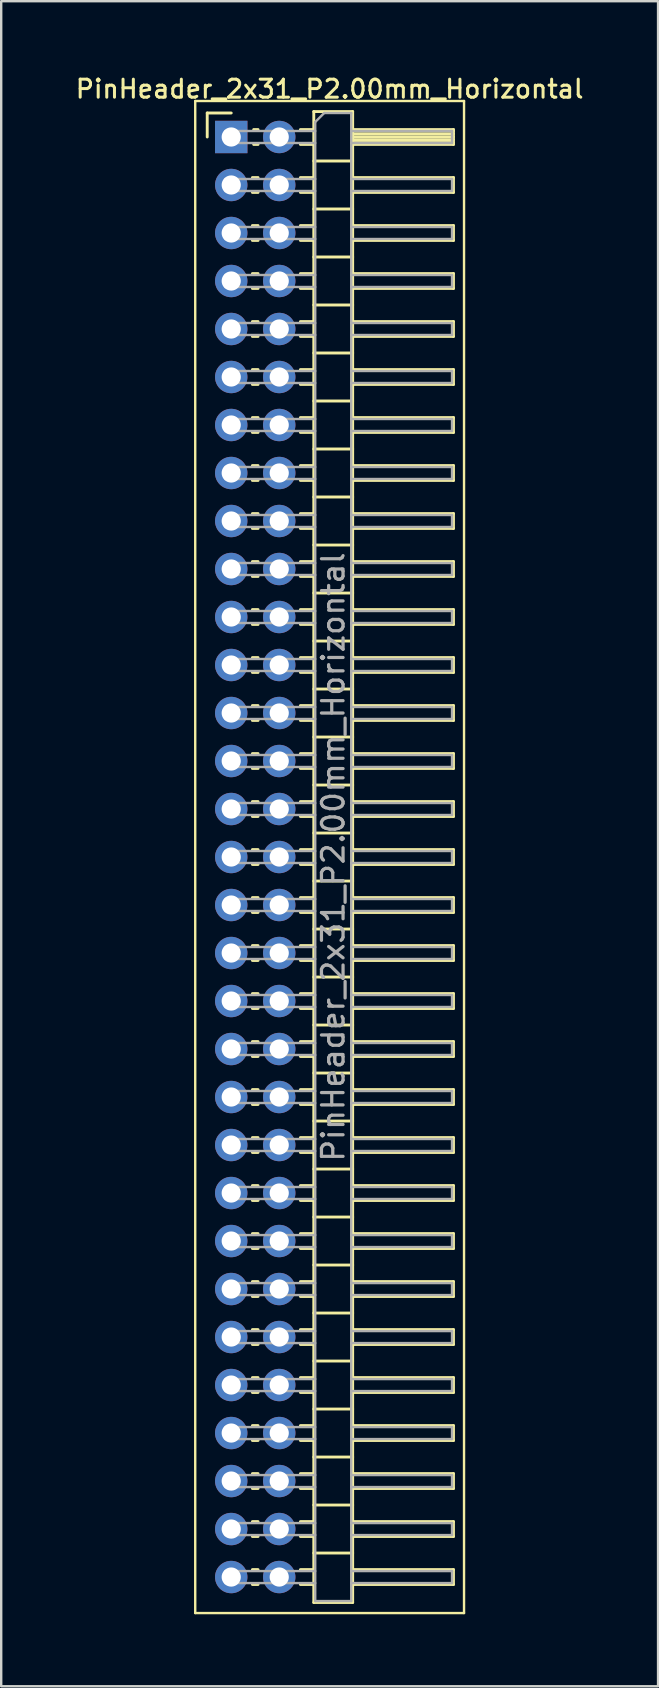
<source format=kicad_pcb>
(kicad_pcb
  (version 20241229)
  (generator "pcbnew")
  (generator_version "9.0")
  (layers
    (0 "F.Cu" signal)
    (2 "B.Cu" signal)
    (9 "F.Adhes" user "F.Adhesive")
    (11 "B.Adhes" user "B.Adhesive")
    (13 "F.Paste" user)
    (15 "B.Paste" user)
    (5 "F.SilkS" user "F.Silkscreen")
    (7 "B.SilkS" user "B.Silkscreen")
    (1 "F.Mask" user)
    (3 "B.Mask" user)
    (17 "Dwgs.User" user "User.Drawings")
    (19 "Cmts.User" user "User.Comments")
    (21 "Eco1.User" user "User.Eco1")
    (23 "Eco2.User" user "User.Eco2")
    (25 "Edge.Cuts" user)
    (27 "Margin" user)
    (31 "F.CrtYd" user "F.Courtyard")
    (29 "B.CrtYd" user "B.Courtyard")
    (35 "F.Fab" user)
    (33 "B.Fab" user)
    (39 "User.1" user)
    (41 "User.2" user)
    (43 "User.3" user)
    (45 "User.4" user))
  (footprint "PinHeader_2x31_P2.00mm_Horizontal"
    (layer "F.Cu")
    (at 6.584 2.658)
    (property "Reference" "PinHeader_2x31_P2.00mm_Horizontal" (at 4.1 -2 0) (layer "F.SilkS") (effects (font (size 0.75 0.75) (thickness 0.125))))
    (attr through_hole)
    (fp_line (start -1.5 -1.5) (end -1.5 61.5) (stroke (width 0.1) (type solid)) (layer "F.SilkS"))
    (fp_line (start -1.5 61.5) (end 9.7 61.5) (stroke (width 0.1) (type solid)) (layer "F.SilkS"))
    (fp_line (start -1 -1) (end 0 -1) (stroke (width 0.12) (type solid)) (layer "F.SilkS"))
    (fp_line (start -1 0) (end -1 -1) (stroke (width 0.12) (type solid)) (layer "F.SilkS"))
    (fp_line (start 0.882 1.69) (end 1.118 1.69) (stroke (width 0.12) (type solid)) (layer "F.SilkS"))
    (fp_line (start 0.882 2.31) (end 1.118 2.31) (stroke (width 0.12) (type solid)) (layer "F.SilkS"))
    (fp_line (start 0.882 3.69) (end 1.118 3.69) (stroke (width 0.12) (type solid)) (layer "F.SilkS"))
    (fp_line (start 0.882 4.31) (end 1.118 4.31) (stroke (width 0.12) (type solid)) (layer "F.SilkS"))
    (fp_line (start 0.882 5.69) (end 1.118 5.69) (stroke (width 0.12) (type solid)) (layer "F.SilkS"))
    (fp_line (start 0.882 6.31) (end 1.118 6.31) (stroke (width 0.12) (type solid)) (layer "F.SilkS"))
    (fp_line (start 0.882 7.69) (end 1.118 7.69) (stroke (width 0.12) (type solid)) (layer "F.SilkS"))
    (fp_line (start 0.882 8.31) (end 1.118 8.31) (stroke (width 0.12) (type solid)) (layer "F.SilkS"))
    (fp_line (start 0.882 9.69) (end 1.118 9.69) (stroke (width 0.12) (type solid)) (layer "F.SilkS"))
    (fp_line (start 0.882 10.31) (end 1.118 10.31) (stroke (width 0.12) (type solid)) (layer "F.SilkS"))
    (fp_line (start 0.882 11.69) (end 1.118 11.69) (stroke (width 0.12) (type solid)) (layer "F.SilkS"))
    (fp_line (start 0.882 12.31) (end 1.118 12.31) (stroke (width 0.12) (type solid)) (layer "F.SilkS"))
    (fp_line (start 0.882 13.69) (end 1.118 13.69) (stroke (width 0.12) (type solid)) (layer "F.SilkS"))
    (fp_line (start 0.882 14.31) (end 1.118 14.31) (stroke (width 0.12) (type solid)) (layer "F.SilkS"))
    (fp_line (start 0.882 15.69) (end 1.118 15.69) (stroke (width 0.12) (type solid)) (layer "F.SilkS"))
    (fp_line (start 0.882 16.31) (end 1.118 16.31) (stroke (width 0.12) (type solid)) (layer "F.SilkS"))
    (fp_line (start 0.882 17.69) (end 1.118 17.69) (stroke (width 0.12) (type solid)) (layer "F.SilkS"))
    (fp_line (start 0.882 18.31) (end 1.118 18.31) (stroke (width 0.12) (type solid)) (layer "F.SilkS"))
    (fp_line (start 0.882 19.69) (end 1.118 19.69) (stroke (width 0.12) (type solid)) (layer "F.SilkS"))
    (fp_line (start 0.882 20.31) (end 1.118 20.31) (stroke (width 0.12) (type solid)) (layer "F.SilkS"))
    (fp_line (start 0.882 21.69) (end 1.118 21.69) (stroke (width 0.12) (type solid)) (layer "F.SilkS"))
    (fp_line (start 0.882 22.31) (end 1.118 22.31) (stroke (width 0.12) (type solid)) (layer "F.SilkS"))
    (fp_line (start 0.882 23.69) (end 1.118 23.69) (stroke (width 0.12) (type solid)) (layer "F.SilkS"))
    (fp_line (start 0.882 24.31) (end 1.118 24.31) (stroke (width 0.12) (type solid)) (layer "F.SilkS"))
    (fp_line (start 0.882 25.69) (end 1.118 25.69) (stroke (width 0.12) (type solid)) (layer "F.SilkS"))
    (fp_line (start 0.882 26.31) (end 1.118 26.31) (stroke (width 0.12) (type solid)) (layer "F.SilkS"))
    (fp_line (start 0.882 27.69) (end 1.118 27.69) (stroke (width 0.12) (type solid)) (layer "F.SilkS"))
    (fp_line (start 0.882 28.31) (end 1.118 28.31) (stroke (width 0.12) (type solid)) (layer "F.SilkS"))
    (fp_line (start 0.882 29.69) (end 1.118 29.69) (stroke (width 0.12) (type solid)) (layer "F.SilkS"))
    (fp_line (start 0.882 30.31) (end 1.118 30.31) (stroke (width 0.12) (type solid)) (layer "F.SilkS"))
    (fp_line (start 0.882 31.69) (end 1.118 31.69) (stroke (width 0.12) (type solid)) (layer "F.SilkS"))
    (fp_line (start 0.882 32.31) (end 1.118 32.31) (stroke (width 0.12) (type solid)) (layer "F.SilkS"))
    (fp_line (start 0.882 33.69) (end 1.118 33.69) (stroke (width 0.12) (type solid)) (layer "F.SilkS"))
    (fp_line (start 0.882 34.31) (end 1.118 34.31) (stroke (width 0.12) (type solid)) (layer "F.SilkS"))
    (fp_line (start 0.882 35.69) (end 1.118 35.69) (stroke (width 0.12) (type solid)) (layer "F.SilkS"))
    (fp_line (start 0.882 36.31) (end 1.118 36.31) (stroke (width 0.12) (type solid)) (layer "F.SilkS"))
    (fp_line (start 0.882 37.69) (end 1.118 37.69) (stroke (width 0.12) (type solid)) (layer "F.SilkS"))
    (fp_line (start 0.882 38.31) (end 1.118 38.31) (stroke (width 0.12) (type solid)) (layer "F.SilkS"))
    (fp_line (start 0.882 39.69) (end 1.118 39.69) (stroke (width 0.12) (type solid)) (layer "F.SilkS"))
    (fp_line (start 0.882 40.31) (end 1.118 40.31) (stroke (width 0.12) (type solid)) (layer "F.SilkS"))
    (fp_line (start 0.882 41.69) (end 1.118 41.69) (stroke (width 0.12) (type solid)) (layer "F.SilkS"))
    (fp_line (start 0.882 42.31) (end 1.118 42.31) (stroke (width 0.12) (type solid)) (layer "F.SilkS"))
    (fp_line (start 0.882 43.69) (end 1.118 43.69) (stroke (width 0.12) (type solid)) (layer "F.SilkS"))
    (fp_line (start 0.882 44.31) (end 1.118 44.31) (stroke (width 0.12) (type solid)) (layer "F.SilkS"))
    (fp_line (start 0.882 45.69) (end 1.118 45.69) (stroke (width 0.12) (type solid)) (layer "F.SilkS"))
    (fp_line (start 0.882 46.31) (end 1.118 46.31) (stroke (width 0.12) (type solid)) (layer "F.SilkS"))
    (fp_line (start 0.882 47.69) (end 1.118 47.69) (stroke (width 0.12) (type solid)) (layer "F.SilkS"))
    (fp_line (start 0.882 48.31) (end 1.118 48.31) (stroke (width 0.12) (type solid)) (layer "F.SilkS"))
    (fp_line (start 0.882 49.69) (end 1.118 49.69) (stroke (width 0.12) (type solid)) (layer "F.SilkS"))
    (fp_line (start 0.882 50.31) (end 1.118 50.31) (stroke (width 0.12) (type solid)) (layer "F.SilkS"))
    (fp_line (start 0.882 51.69) (end 1.118 51.69) (stroke (width 0.12) (type solid)) (layer "F.SilkS"))
    (fp_line (start 0.882 52.31) (end 1.118 52.31) (stroke (width 0.12) (type solid)) (layer "F.SilkS"))
    (fp_line (start 0.882 53.69) (end 1.118 53.69) (stroke (width 0.12) (type solid)) (layer "F.SilkS"))
    (fp_line (start 0.882 54.31) (end 1.118 54.31) (stroke (width 0.12) (type solid)) (layer "F.SilkS"))
    (fp_line (start 0.882 55.69) (end 1.118 55.69) (stroke (width 0.12) (type solid)) (layer "F.SilkS"))
    (fp_line (start 0.882 56.31) (end 1.118 56.31) (stroke (width 0.12) (type solid)) (layer "F.SilkS"))
    (fp_line (start 0.882 57.69) (end 1.118 57.69) (stroke (width 0.12) (type solid)) (layer "F.SilkS"))
    (fp_line (start 0.882 58.31) (end 1.118 58.31) (stroke (width 0.12) (type solid)) (layer "F.SilkS"))
    (fp_line (start 0.882 59.69) (end 1.118 59.69) (stroke (width 0.12) (type solid)) (layer "F.SilkS"))
    (fp_line (start 0.882 60.31) (end 1.118 60.31) (stroke (width 0.12) (type solid)) (layer "F.SilkS"))
    (fp_line (start 0.935 -0.31) (end 1.118 -0.31) (stroke (width 0.12) (type solid)) (layer "F.SilkS"))
    (fp_line (start 0.935 0.31) (end 1.118 0.31) (stroke (width 0.12) (type solid)) (layer "F.SilkS"))
    (fp_line (start 2.882 -0.31) (end 3.44 -0.31) (stroke (width 0.12) (type solid)) (layer "F.SilkS"))
    (fp_line (start 2.882 0.31) (end 3.44 0.31) (stroke (width 0.12) (type solid)) (layer "F.SilkS"))
    (fp_line (start 2.882 1.69) (end 3.44 1.69) (stroke (width 0.12) (type solid)) (layer "F.SilkS"))
    (fp_line (start 2.882 2.31) (end 3.44 2.31) (stroke (width 0.12) (type solid)) (layer "F.SilkS"))
    (fp_line (start 2.882 3.69) (end 3.44 3.69) (stroke (width 0.12) (type solid)) (layer "F.SilkS"))
    (fp_line (start 2.882 4.31) (end 3.44 4.31) (stroke (width 0.12) (type solid)) (layer "F.SilkS"))
    (fp_line (start 2.882 5.69) (end 3.44 5.69) (stroke (width 0.12) (type solid)) (layer "F.SilkS"))
    (fp_line (start 2.882 6.31) (end 3.44 6.31) (stroke (width 0.12) (type solid)) (layer "F.SilkS"))
    (fp_line (start 2.882 7.69) (end 3.44 7.69) (stroke (width 0.12) (type solid)) (layer "F.SilkS"))
    (fp_line (start 2.882 8.31) (end 3.44 8.31) (stroke (width 0.12) (type solid)) (layer "F.SilkS"))
    (fp_line (start 2.882 9.69) (end 3.44 9.69) (stroke (width 0.12) (type solid)) (layer "F.SilkS"))
    (fp_line (start 2.882 10.31) (end 3.44 10.31) (stroke (width 0.12) (type solid)) (layer "F.SilkS"))
    (fp_line (start 2.882 11.69) (end 3.44 11.69) (stroke (width 0.12) (type solid)) (layer "F.SilkS"))
    (fp_line (start 2.882 12.31) (end 3.44 12.31) (stroke (width 0.12) (type solid)) (layer "F.SilkS"))
    (fp_line (start 2.882 13.69) (end 3.44 13.69) (stroke (width 0.12) (type solid)) (layer "F.SilkS"))
    (fp_line (start 2.882 14.31) (end 3.44 14.31) (stroke (width 0.12) (type solid)) (layer "F.SilkS"))
    (fp_line (start 2.882 15.69) (end 3.44 15.69) (stroke (width 0.12) (type solid)) (layer "F.SilkS"))
    (fp_line (start 2.882 16.31) (end 3.44 16.31) (stroke (width 0.12) (type solid)) (layer "F.SilkS"))
    (fp_line (start 2.882 17.69) (end 3.44 17.69) (stroke (width 0.12) (type solid)) (layer "F.SilkS"))
    (fp_line (start 2.882 18.31) (end 3.44 18.31) (stroke (width 0.12) (type solid)) (layer "F.SilkS"))
    (fp_line (start 2.882 19.69) (end 3.44 19.69) (stroke (width 0.12) (type solid)) (layer "F.SilkS"))
    (fp_line (start 2.882 20.31) (end 3.44 20.31) (stroke (width 0.12) (type solid)) (layer "F.SilkS"))
    (fp_line (start 2.882 21.69) (end 3.44 21.69) (stroke (width 0.12) (type solid)) (layer "F.SilkS"))
    (fp_line (start 2.882 22.31) (end 3.44 22.31) (stroke (width 0.12) (type solid)) (layer "F.SilkS"))
    (fp_line (start 2.882 23.69) (end 3.44 23.69) (stroke (width 0.12) (type solid)) (layer "F.SilkS"))
    (fp_line (start 2.882 24.31) (end 3.44 24.31) (stroke (width 0.12) (type solid)) (layer "F.SilkS"))
    (fp_line (start 2.882 25.69) (end 3.44 25.69) (stroke (width 0.12) (type solid)) (layer "F.SilkS"))
    (fp_line (start 2.882 26.31) (end 3.44 26.31) (stroke (width 0.12) (type solid)) (layer "F.SilkS"))
    (fp_line (start 2.882 27.69) (end 3.44 27.69) (stroke (width 0.12) (type solid)) (layer "F.SilkS"))
    (fp_line (start 2.882 28.31) (end 3.44 28.31) (stroke (width 0.12) (type solid)) (layer "F.SilkS"))
    (fp_line (start 2.882 29.69) (end 3.44 29.69) (stroke (width 0.12) (type solid)) (layer "F.SilkS"))
    (fp_line (start 2.882 30.31) (end 3.44 30.31) (stroke (width 0.12) (type solid)) (layer "F.SilkS"))
    (fp_line (start 2.882 31.69) (end 3.44 31.69) (stroke (width 0.12) (type solid)) (layer "F.SilkS"))
    (fp_line (start 2.882 32.31) (end 3.44 32.31) (stroke (width 0.12) (type solid)) (layer "F.SilkS"))
    (fp_line (start 2.882 33.69) (end 3.44 33.69) (stroke (width 0.12) (type solid)) (layer "F.SilkS"))
    (fp_line (start 2.882 34.31) (end 3.44 34.31) (stroke (width 0.12) (type solid)) (layer "F.SilkS"))
    (fp_line (start 2.882 35.69) (end 3.44 35.69) (stroke (width 0.12) (type solid)) (layer "F.SilkS"))
    (fp_line (start 2.882 36.31) (end 3.44 36.31) (stroke (width 0.12) (type solid)) (layer "F.SilkS"))
    (fp_line (start 2.882 37.69) (end 3.44 37.69) (stroke (width 0.12) (type solid)) (layer "F.SilkS"))
    (fp_line (start 2.882 38.31) (end 3.44 38.31) (stroke (width 0.12) (type solid)) (layer "F.SilkS"))
    (fp_line (start 2.882 39.69) (end 3.44 39.69) (stroke (width 0.12) (type solid)) (layer "F.SilkS"))
    (fp_line (start 2.882 40.31) (end 3.44 40.31) (stroke (width 0.12) (type solid)) (layer "F.SilkS"))
    (fp_line (start 2.882 41.69) (end 3.44 41.69) (stroke (width 0.12) (type solid)) (layer "F.SilkS"))
    (fp_line (start 2.882 42.31) (end 3.44 42.31) (stroke (width 0.12) (type solid)) (layer "F.SilkS"))
    (fp_line (start 2.882 43.69) (end 3.44 43.69) (stroke (width 0.12) (type solid)) (layer "F.SilkS"))
    (fp_line (start 2.882 44.31) (end 3.44 44.31) (stroke (width 0.12) (type solid)) (layer "F.SilkS"))
    (fp_line (start 2.882 45.69) (end 3.44 45.69) (stroke (width 0.12) (type solid)) (layer "F.SilkS"))
    (fp_line (start 2.882 46.31) (end 3.44 46.31) (stroke (width 0.12) (type solid)) (layer "F.SilkS"))
    (fp_line (start 2.882 47.69) (end 3.44 47.69) (stroke (width 0.12) (type solid)) (layer "F.SilkS"))
    (fp_line (start 2.882 48.31) (end 3.44 48.31) (stroke (width 0.12) (type solid)) (layer "F.SilkS"))
    (fp_line (start 2.882 49.69) (end 3.44 49.69) (stroke (width 0.12) (type solid)) (layer "F.SilkS"))
    (fp_line (start 2.882 50.31) (end 3.44 50.31) (stroke (width 0.12) (type solid)) (layer "F.SilkS"))
    (fp_line (start 2.882 51.69) (end 3.44 51.69) (stroke (width 0.12) (type solid)) (layer "F.SilkS"))
    (fp_line (start 2.882 52.31) (end 3.44 52.31) (stroke (width 0.12) (type solid)) (layer "F.SilkS"))
    (fp_line (start 2.882 53.69) (end 3.44 53.69) (stroke (width 0.12) (type solid)) (layer "F.SilkS"))
    (fp_line (start 2.882 54.31) (end 3.44 54.31) (stroke (width 0.12) (type solid)) (layer "F.SilkS"))
    (fp_line (start 2.882 55.69) (end 3.44 55.69) (stroke (width 0.12) (type solid)) (layer "F.SilkS"))
    (fp_line (start 2.882 56.31) (end 3.44 56.31) (stroke (width 0.12) (type solid)) (layer "F.SilkS"))
    (fp_line (start 2.882 57.69) (end 3.44 57.69) (stroke (width 0.12) (type solid)) (layer "F.SilkS"))
    (fp_line (start 2.882 58.31) (end 3.44 58.31) (stroke (width 0.12) (type solid)) (layer "F.SilkS"))
    (fp_line (start 2.882 59.69) (end 3.44 59.69) (stroke (width 0.12) (type solid)) (layer "F.SilkS"))
    (fp_line (start 2.882 60.31) (end 3.44 60.31) (stroke (width 0.12) (type solid)) (layer "F.SilkS"))
    (fp_line (start 3.44 -1.06) (end 3.44 61.06) (stroke (width 0.12) (type solid)) (layer "F.SilkS"))
    (fp_line (start 3.44 1) (end 5.06 1) (stroke (width 0.12) (type solid)) (layer "F.SilkS"))
    (fp_line (start 3.44 3) (end 5.06 3) (stroke (width 0.12) (type solid)) (layer "F.SilkS"))
    (fp_line (start 3.44 5) (end 5.06 5) (stroke (width 0.12) (type solid)) (layer "F.SilkS"))
    (fp_line (start 3.44 7) (end 5.06 7) (stroke (width 0.12) (type solid)) (layer "F.SilkS"))
    (fp_line (start 3.44 9) (end 5.06 9) (stroke (width 0.12) (type solid)) (layer "F.SilkS"))
    (fp_line (start 3.44 11) (end 5.06 11) (stroke (width 0.12) (type solid)) (layer "F.SilkS"))
    (fp_line (start 3.44 13) (end 5.06 13) (stroke (width 0.12) (type solid)) (layer "F.SilkS"))
    (fp_line (start 3.44 15) (end 5.06 15) (stroke (width 0.12) (type solid)) (layer "F.SilkS"))
    (fp_line (start 3.44 17) (end 5.06 17) (stroke (width 0.12) (type solid)) (layer "F.SilkS"))
    (fp_line (start 3.44 19) (end 5.06 19) (stroke (width 0.12) (type solid)) (layer "F.SilkS"))
    (fp_line (start 3.44 21) (end 5.06 21) (stroke (width 0.12) (type solid)) (layer "F.SilkS"))
    (fp_line (start 3.44 23) (end 5.06 23) (stroke (width 0.12) (type solid)) (layer "F.SilkS"))
    (fp_line (start 3.44 25) (end 5.06 25) (stroke (width 0.12) (type solid)) (layer "F.SilkS"))
    (fp_line (start 3.44 27) (end 5.06 27) (stroke (width 0.12) (type solid)) (layer "F.SilkS"))
    (fp_line (start 3.44 29) (end 5.06 29) (stroke (width 0.12) (type solid)) (layer "F.SilkS"))
    (fp_line (start 3.44 31) (end 5.06 31) (stroke (width 0.12) (type solid)) (layer "F.SilkS"))
    (fp_line (start 3.44 33) (end 5.06 33) (stroke (width 0.12) (type solid)) (layer "F.SilkS"))
    (fp_line (start 3.44 35) (end 5.06 35) (stroke (width 0.12) (type solid)) (layer "F.SilkS"))
    (fp_line (start 3.44 37) (end 5.06 37) (stroke (width 0.12) (type solid)) (layer "F.SilkS"))
    (fp_line (start 3.44 39) (end 5.06 39) (stroke (width 0.12) (type solid)) (layer "F.SilkS"))
    (fp_line (start 3.44 41) (end 5.06 41) (stroke (width 0.12) (type solid)) (layer "F.SilkS"))
    (fp_line (start 3.44 43) (end 5.06 43) (stroke (width 0.12) (type solid)) (layer "F.SilkS"))
    (fp_line (start 3.44 45) (end 5.06 45) (stroke (width 0.12) (type solid)) (layer "F.SilkS"))
    (fp_line (start 3.44 47) (end 5.06 47) (stroke (width 0.12) (type solid)) (layer "F.SilkS"))
    (fp_line (start 3.44 49) (end 5.06 49) (stroke (width 0.12) (type solid)) (layer "F.SilkS"))
    (fp_line (start 3.44 51) (end 5.06 51) (stroke (width 0.12) (type solid)) (layer "F.SilkS"))
    (fp_line (start 3.44 53) (end 5.06 53) (stroke (width 0.12) (type solid)) (layer "F.SilkS"))
    (fp_line (start 3.44 55) (end 5.06 55) (stroke (width 0.12) (type solid)) (layer "F.SilkS"))
    (fp_line (start 3.44 57) (end 5.06 57) (stroke (width 0.12) (type solid)) (layer "F.SilkS"))
    (fp_line (start 3.44 59) (end 5.06 59) (stroke (width 0.12) (type solid)) (layer "F.SilkS"))
    (fp_line (start 3.44 61.06) (end 5.06 61.06) (stroke (width 0.12) (type solid)) (layer "F.SilkS"))
    (fp_line (start 5.06 -1.06) (end 3.44 -1.06) (stroke (width 0.12) (type solid)) (layer "F.SilkS"))
    (fp_line (start 5.06 -0.31) (end 9.26 -0.31) (stroke (width 0.12) (type solid)) (layer "F.SilkS"))
    (fp_line (start 5.06 -0.25) (end 9.26 -0.25) (stroke (width 0.12) (type solid)) (layer "F.SilkS"))
    (fp_line (start 5.06 -0.13) (end 9.26 -0.13) (stroke (width 0.12) (type solid)) (layer "F.SilkS"))
    (fp_line (start 5.06 -0.01) (end 9.26 -0.01) (stroke (width 0.12) (type solid)) (layer "F.SilkS"))
    (fp_line (start 5.06 0.11) (end 9.26 0.11) (stroke (width 0.12) (type solid)) (layer "F.SilkS"))
    (fp_line (start 5.06 0.23) (end 9.26 0.23) (stroke (width 0.12) (type solid)) (layer "F.SilkS"))
    (fp_line (start 5.06 1.69) (end 9.26 1.69) (stroke (width 0.12) (type solid)) (layer "F.SilkS"))
    (fp_line (start 5.06 3.69) (end 9.26 3.69) (stroke (width 0.12) (type solid)) (layer "F.SilkS"))
    (fp_line (start 5.06 5.69) (end 9.26 5.69) (stroke (width 0.12) (type solid)) (layer "F.SilkS"))
    (fp_line (start 5.06 7.69) (end 9.26 7.69) (stroke (width 0.12) (type solid)) (layer "F.SilkS"))
    (fp_line (start 5.06 9.69) (end 9.26 9.69) (stroke (width 0.12) (type solid)) (layer "F.SilkS"))
    (fp_line (start 5.06 11.69) (end 9.26 11.69) (stroke (width 0.12) (type solid)) (layer "F.SilkS"))
    (fp_line (start 5.06 13.69) (end 9.26 13.69) (stroke (width 0.12) (type solid)) (layer "F.SilkS"))
    (fp_line (start 5.06 15.69) (end 9.26 15.69) (stroke (width 0.12) (type solid)) (layer "F.SilkS"))
    (fp_line (start 5.06 17.69) (end 9.26 17.69) (stroke (width 0.12) (type solid)) (layer "F.SilkS"))
    (fp_line (start 5.06 19.69) (end 9.26 19.69) (stroke (width 0.12) (type solid)) (layer "F.SilkS"))
    (fp_line (start 5.06 21.69) (end 9.26 21.69) (stroke (width 0.12) (type solid)) (layer "F.SilkS"))
    (fp_line (start 5.06 23.69) (end 9.26 23.69) (stroke (width 0.12) (type solid)) (layer "F.SilkS"))
    (fp_line (start 5.06 25.69) (end 9.26 25.69) (stroke (width 0.12) (type solid)) (layer "F.SilkS"))
    (fp_line (start 5.06 27.69) (end 9.26 27.69) (stroke (width 0.12) (type solid)) (layer "F.SilkS"))
    (fp_line (start 5.06 29.69) (end 9.26 29.69) (stroke (width 0.12) (type solid)) (layer "F.SilkS"))
    (fp_line (start 5.06 31.69) (end 9.26 31.69) (stroke (width 0.12) (type solid)) (layer "F.SilkS"))
    (fp_line (start 5.06 33.69) (end 9.26 33.69) (stroke (width 0.12) (type solid)) (layer "F.SilkS"))
    (fp_line (start 5.06 35.69) (end 9.26 35.69) (stroke (width 0.12) (type solid)) (layer "F.SilkS"))
    (fp_line (start 5.06 37.69) (end 9.26 37.69) (stroke (width 0.12) (type solid)) (layer "F.SilkS"))
    (fp_line (start 5.06 39.69) (end 9.26 39.69) (stroke (width 0.12) (type solid)) (layer "F.SilkS"))
    (fp_line (start 5.06 41.69) (end 9.26 41.69) (stroke (width 0.12) (type solid)) (layer "F.SilkS"))
    (fp_line (start 5.06 43.69) (end 9.26 43.69) (stroke (width 0.12) (type solid)) (layer "F.SilkS"))
    (fp_line (start 5.06 45.69) (end 9.26 45.69) (stroke (width 0.12) (type solid)) (layer "F.SilkS"))
    (fp_line (start 5.06 47.69) (end 9.26 47.69) (stroke (width 0.12) (type solid)) (layer "F.SilkS"))
    (fp_line (start 5.06 49.69) (end 9.26 49.69) (stroke (width 0.12) (type solid)) (layer "F.SilkS"))
    (fp_line (start 5.06 51.69) (end 9.26 51.69) (stroke (width 0.12) (type solid)) (layer "F.SilkS"))
    (fp_line (start 5.06 53.69) (end 9.26 53.69) (stroke (width 0.12) (type solid)) (layer "F.SilkS"))
    (fp_line (start 5.06 55.69) (end 9.26 55.69) (stroke (width 0.12) (type solid)) (layer "F.SilkS"))
    (fp_line (start 5.06 57.69) (end 9.26 57.69) (stroke (width 0.12) (type solid)) (layer "F.SilkS"))
    (fp_line (start 5.06 59.69) (end 9.26 59.69) (stroke (width 0.12) (type solid)) (layer "F.SilkS"))
    (fp_line (start 5.06 61.06) (end 5.06 -1.06) (stroke (width 0.12) (type solid)) (layer "F.SilkS"))
    (fp_line (start 9.26 -0.31) (end 9.26 0.31) (stroke (width 0.12) (type solid)) (layer "F.SilkS"))
    (fp_line (start 9.26 0.31) (end 5.06 0.31) (stroke (width 0.12) (type solid)) (layer "F.SilkS"))
    (fp_line (start 9.26 1.69) (end 9.26 2.31) (stroke (width 0.12) (type solid)) (layer "F.SilkS"))
    (fp_line (start 9.26 2.31) (end 5.06 2.31) (stroke (width 0.12) (type solid)) (layer "F.SilkS"))
    (fp_line (start 9.26 3.69) (end 9.26 4.31) (stroke (width 0.12) (type solid)) (layer "F.SilkS"))
    (fp_line (start 9.26 4.31) (end 5.06 4.31) (stroke (width 0.12) (type solid)) (layer "F.SilkS"))
    (fp_line (start 9.26 5.69) (end 9.26 6.31) (stroke (width 0.12) (type solid)) (layer "F.SilkS"))
    (fp_line (start 9.26 6.31) (end 5.06 6.31) (stroke (width 0.12) (type solid)) (layer "F.SilkS"))
    (fp_line (start 9.26 7.69) (end 9.26 8.31) (stroke (width 0.12) (type solid)) (layer "F.SilkS"))
    (fp_line (start 9.26 8.31) (end 5.06 8.31) (stroke (width 0.12) (type solid)) (layer "F.SilkS"))
    (fp_line (start 9.26 9.69) (end 9.26 10.31) (stroke (width 0.12) (type solid)) (layer "F.SilkS"))
    (fp_line (start 9.26 10.31) (end 5.06 10.31) (stroke (width 0.12) (type solid)) (layer "F.SilkS"))
    (fp_line (start 9.26 11.69) (end 9.26 12.31) (stroke (width 0.12) (type solid)) (layer "F.SilkS"))
    (fp_line (start 9.26 12.31) (end 5.06 12.31) (stroke (width 0.12) (type solid)) (layer "F.SilkS"))
    (fp_line (start 9.26 13.69) (end 9.26 14.31) (stroke (width 0.12) (type solid)) (layer "F.SilkS"))
    (fp_line (start 9.26 14.31) (end 5.06 14.31) (stroke (width 0.12) (type solid)) (layer "F.SilkS"))
    (fp_line (start 9.26 15.69) (end 9.26 16.31) (stroke (width 0.12) (type solid)) (layer "F.SilkS"))
    (fp_line (start 9.26 16.31) (end 5.06 16.31) (stroke (width 0.12) (type solid)) (layer "F.SilkS"))
    (fp_line (start 9.26 17.69) (end 9.26 18.31) (stroke (width 0.12) (type solid)) (layer "F.SilkS"))
    (fp_line (start 9.26 18.31) (end 5.06 18.31) (stroke (width 0.12) (type solid)) (layer "F.SilkS"))
    (fp_line (start 9.26 19.69) (end 9.26 20.31) (stroke (width 0.12) (type solid)) (layer "F.SilkS"))
    (fp_line (start 9.26 20.31) (end 5.06 20.31) (stroke (width 0.12) (type solid)) (layer "F.SilkS"))
    (fp_line (start 9.26 21.69) (end 9.26 22.31) (stroke (width 0.12) (type solid)) (layer "F.SilkS"))
    (fp_line (start 9.26 22.31) (end 5.06 22.31) (stroke (width 0.12) (type solid)) (layer "F.SilkS"))
    (fp_line (start 9.26 23.69) (end 9.26 24.31) (stroke (width 0.12) (type solid)) (layer "F.SilkS"))
    (fp_line (start 9.26 24.31) (end 5.06 24.31) (stroke (width 0.12) (type solid)) (layer "F.SilkS"))
    (fp_line (start 9.26 25.69) (end 9.26 26.31) (stroke (width 0.12) (type solid)) (layer "F.SilkS"))
    (fp_line (start 9.26 26.31) (end 5.06 26.31) (stroke (width 0.12) (type solid)) (layer "F.SilkS"))
    (fp_line (start 9.26 27.69) (end 9.26 28.31) (stroke (width 0.12) (type solid)) (layer "F.SilkS"))
    (fp_line (start 9.26 28.31) (end 5.06 28.31) (stroke (width 0.12) (type solid)) (layer "F.SilkS"))
    (fp_line (start 9.26 29.69) (end 9.26 30.31) (stroke (width 0.12) (type solid)) (layer "F.SilkS"))
    (fp_line (start 9.26 30.31) (end 5.06 30.31) (stroke (width 0.12) (type solid)) (layer "F.SilkS"))
    (fp_line (start 9.26 31.69) (end 9.26 32.31) (stroke (width 0.12) (type solid)) (layer "F.SilkS"))
    (fp_line (start 9.26 32.31) (end 5.06 32.31) (stroke (width 0.12) (type solid)) (layer "F.SilkS"))
    (fp_line (start 9.26 33.69) (end 9.26 34.31) (stroke (width 0.12) (type solid)) (layer "F.SilkS"))
    (fp_line (start 9.26 34.31) (end 5.06 34.31) (stroke (width 0.12) (type solid)) (layer "F.SilkS"))
    (fp_line (start 9.26 35.69) (end 9.26 36.31) (stroke (width 0.12) (type solid)) (layer "F.SilkS"))
    (fp_line (start 9.26 36.31) (end 5.06 36.31) (stroke (width 0.12) (type solid)) (layer "F.SilkS"))
    (fp_line (start 9.26 37.69) (end 9.26 38.31) (stroke (width 0.12) (type solid)) (layer "F.SilkS"))
    (fp_line (start 9.26 38.31) (end 5.06 38.31) (stroke (width 0.12) (type solid)) (layer "F.SilkS"))
    (fp_line (start 9.26 39.69) (end 9.26 40.31) (stroke (width 0.12) (type solid)) (layer "F.SilkS"))
    (fp_line (start 9.26 40.31) (end 5.06 40.31) (stroke (width 0.12) (type solid)) (layer "F.SilkS"))
    (fp_line (start 9.26 41.69) (end 9.26 42.31) (stroke (width 0.12) (type solid)) (layer "F.SilkS"))
    (fp_line (start 9.26 42.31) (end 5.06 42.31) (stroke (width 0.12) (type solid)) (layer "F.SilkS"))
    (fp_line (start 9.26 43.69) (end 9.26 44.31) (stroke (width 0.12) (type solid)) (layer "F.SilkS"))
    (fp_line (start 9.26 44.31) (end 5.06 44.31) (stroke (width 0.12) (type solid)) (layer "F.SilkS"))
    (fp_line (start 9.26 45.69) (end 9.26 46.31) (stroke (width 0.12) (type solid)) (layer "F.SilkS"))
    (fp_line (start 9.26 46.31) (end 5.06 46.31) (stroke (width 0.12) (type solid)) (layer "F.SilkS"))
    (fp_line (start 9.26 47.69) (end 9.26 48.31) (stroke (width 0.12) (type solid)) (layer "F.SilkS"))
    (fp_line (start 9.26 48.31) (end 5.06 48.31) (stroke (width 0.12) (type solid)) (layer "F.SilkS"))
    (fp_line (start 9.26 49.69) (end 9.26 50.31) (stroke (width 0.12) (type solid)) (layer "F.SilkS"))
    (fp_line (start 9.26 50.31) (end 5.06 50.31) (stroke (width 0.12) (type solid)) (layer "F.SilkS"))
    (fp_line (start 9.26 51.69) (end 9.26 52.31) (stroke (width 0.12) (type solid)) (layer "F.SilkS"))
    (fp_line (start 9.26 52.31) (end 5.06 52.31) (stroke (width 0.12) (type solid)) (layer "F.SilkS"))
    (fp_line (start 9.26 53.69) (end 9.26 54.31) (stroke (width 0.12) (type solid)) (layer "F.SilkS"))
    (fp_line (start 9.26 54.31) (end 5.06 54.31) (stroke (width 0.12) (type solid)) (layer "F.SilkS"))
    (fp_line (start 9.26 55.69) (end 9.26 56.31) (stroke (width 0.12) (type solid)) (layer "F.SilkS"))
    (fp_line (start 9.26 56.31) (end 5.06 56.31) (stroke (width 0.12) (type solid)) (layer "F.SilkS"))
    (fp_line (start 9.26 57.69) (end 9.26 58.31) (stroke (width 0.12) (type solid)) (layer "F.SilkS"))
    (fp_line (start 9.26 58.31) (end 5.06 58.31) (stroke (width 0.12) (type solid)) (layer "F.SilkS"))
    (fp_line (start 9.26 59.69) (end 9.26 60.31) (stroke (width 0.12) (type solid)) (layer "F.SilkS"))
    (fp_line (start 9.26 60.31) (end 5.06 60.31) (stroke (width 0.12) (type solid)) (layer "F.SilkS"))
    (fp_line (start 9.7 -1.5) (end -1.5 -1.5) (stroke (width 0.1) (type solid)) (layer "F.SilkS"))
    (fp_line (start 9.7 61.5) (end 9.7 -1.5) (stroke (width 0.1) (type solid)) (layer "F.SilkS"))
    (fp_line (start -0.25 -0.25) (end -0.25 0.25) (stroke (width 0.1) (type solid)) (layer "F.Fab"))
    (fp_line (start -0.25 -0.25) (end 3.5 -0.25) (stroke (width 0.1) (type solid)) (layer "F.Fab"))
    (fp_line (start -0.25 0.25) (end 3.5 0.25) (stroke (width 0.1) (type solid)) (layer "F.Fab"))
    (fp_line (start -0.25 1.75) (end -0.25 2.25) (stroke (width 0.1) (type solid)) (layer "F.Fab"))
    (fp_line (start -0.25 1.75) (end 3.5 1.75) (stroke (width 0.1) (type solid)) (layer "F.Fab"))
    (fp_line (start -0.25 2.25) (end 3.5 2.25) (stroke (width 0.1) (type solid)) (layer "F.Fab"))
    (fp_line (start -0.25 3.75) (end -0.25 4.25) (stroke (width 0.1) (type solid)) (layer "F.Fab"))
    (fp_line (start -0.25 3.75) (end 3.5 3.75) (stroke (width 0.1) (type solid)) (layer "F.Fab"))
    (fp_line (start -0.25 4.25) (end 3.5 4.25) (stroke (width 0.1) (type solid)) (layer "F.Fab"))
    (fp_line (start -0.25 5.75) (end -0.25 6.25) (stroke (width 0.1) (type solid)) (layer "F.Fab"))
    (fp_line (start -0.25 5.75) (end 3.5 5.75) (stroke (width 0.1) (type solid)) (layer "F.Fab"))
    (fp_line (start -0.25 6.25) (end 3.5 6.25) (stroke (width 0.1) (type solid)) (layer "F.Fab"))
    (fp_line (start -0.25 7.75) (end -0.25 8.25) (stroke (width 0.1) (type solid)) (layer "F.Fab"))
    (fp_line (start -0.25 7.75) (end 3.5 7.75) (stroke (width 0.1) (type solid)) (layer "F.Fab"))
    (fp_line (start -0.25 8.25) (end 3.5 8.25) (stroke (width 0.1) (type solid)) (layer "F.Fab"))
    (fp_line (start -0.25 9.75) (end -0.25 10.25) (stroke (width 0.1) (type solid)) (layer "F.Fab"))
    (fp_line (start -0.25 9.75) (end 3.5 9.75) (stroke (width 0.1) (type solid)) (layer "F.Fab"))
    (fp_line (start -0.25 10.25) (end 3.5 10.25) (stroke (width 0.1) (type solid)) (layer "F.Fab"))
    (fp_line (start -0.25 11.75) (end -0.25 12.25) (stroke (width 0.1) (type solid)) (layer "F.Fab"))
    (fp_line (start -0.25 11.75) (end 3.5 11.75) (stroke (width 0.1) (type solid)) (layer "F.Fab"))
    (fp_line (start -0.25 12.25) (end 3.5 12.25) (stroke (width 0.1) (type solid)) (layer "F.Fab"))
    (fp_line (start -0.25 13.75) (end -0.25 14.25) (stroke (width 0.1) (type solid)) (layer "F.Fab"))
    (fp_line (start -0.25 13.75) (end 3.5 13.75) (stroke (width 0.1) (type solid)) (layer "F.Fab"))
    (fp_line (start -0.25 14.25) (end 3.5 14.25) (stroke (width 0.1) (type solid)) (layer "F.Fab"))
    (fp_line (start -0.25 15.75) (end -0.25 16.25) (stroke (width 0.1) (type solid)) (layer "F.Fab"))
    (fp_line (start -0.25 15.75) (end 3.5 15.75) (stroke (width 0.1) (type solid)) (layer "F.Fab"))
    (fp_line (start -0.25 16.25) (end 3.5 16.25) (stroke (width 0.1) (type solid)) (layer "F.Fab"))
    (fp_line (start -0.25 17.75) (end -0.25 18.25) (stroke (width 0.1) (type solid)) (layer "F.Fab"))
    (fp_line (start -0.25 17.75) (end 3.5 17.75) (stroke (width 0.1) (type solid)) (layer "F.Fab"))
    (fp_line (start -0.25 18.25) (end 3.5 18.25) (stroke (width 0.1) (type solid)) (layer "F.Fab"))
    (fp_line (start -0.25 19.75) (end -0.25 20.25) (stroke (width 0.1) (type solid)) (layer "F.Fab"))
    (fp_line (start -0.25 19.75) (end 3.5 19.75) (stroke (width 0.1) (type solid)) (layer "F.Fab"))
    (fp_line (start -0.25 20.25) (end 3.5 20.25) (stroke (width 0.1) (type solid)) (layer "F.Fab"))
    (fp_line (start -0.25 21.75) (end -0.25 22.25) (stroke (width 0.1) (type solid)) (layer "F.Fab"))
    (fp_line (start -0.25 21.75) (end 3.5 21.75) (stroke (width 0.1) (type solid)) (layer "F.Fab"))
    (fp_line (start -0.25 22.25) (end 3.5 22.25) (stroke (width 0.1) (type solid)) (layer "F.Fab"))
    (fp_line (start -0.25 23.75) (end -0.25 24.25) (stroke (width 0.1) (type solid)) (layer "F.Fab"))
    (fp_line (start -0.25 23.75) (end 3.5 23.75) (stroke (width 0.1) (type solid)) (layer "F.Fab"))
    (fp_line (start -0.25 24.25) (end 3.5 24.25) (stroke (width 0.1) (type solid)) (layer "F.Fab"))
    (fp_line (start -0.25 25.75) (end -0.25 26.25) (stroke (width 0.1) (type solid)) (layer "F.Fab"))
    (fp_line (start -0.25 25.75) (end 3.5 25.75) (stroke (width 0.1) (type solid)) (layer "F.Fab"))
    (fp_line (start -0.25 26.25) (end 3.5 26.25) (stroke (width 0.1) (type solid)) (layer "F.Fab"))
    (fp_line (start -0.25 27.75) (end -0.25 28.25) (stroke (width 0.1) (type solid)) (layer "F.Fab"))
    (fp_line (start -0.25 27.75) (end 3.5 27.75) (stroke (width 0.1) (type solid)) (layer "F.Fab"))
    (fp_line (start -0.25 28.25) (end 3.5 28.25) (stroke (width 0.1) (type solid)) (layer "F.Fab"))
    (fp_line (start -0.25 29.75) (end -0.25 30.25) (stroke (width 0.1) (type solid)) (layer "F.Fab"))
    (fp_line (start -0.25 29.75) (end 3.5 29.75) (stroke (width 0.1) (type solid)) (layer "F.Fab"))
    (fp_line (start -0.25 30.25) (end 3.5 30.25) (stroke (width 0.1) (type solid)) (layer "F.Fab"))
    (fp_line (start -0.25 31.75) (end -0.25 32.25) (stroke (width 0.1) (type solid)) (layer "F.Fab"))
    (fp_line (start -0.25 31.75) (end 3.5 31.75) (stroke (width 0.1) (type solid)) (layer "F.Fab"))
    (fp_line (start -0.25 32.25) (end 3.5 32.25) (stroke (width 0.1) (type solid)) (layer "F.Fab"))
    (fp_line (start -0.25 33.75) (end -0.25 34.25) (stroke (width 0.1) (type solid)) (layer "F.Fab"))
    (fp_line (start -0.25 33.75) (end 3.5 33.75) (stroke (width 0.1) (type solid)) (layer "F.Fab"))
    (fp_line (start -0.25 34.25) (end 3.5 34.25) (stroke (width 0.1) (type solid)) (layer "F.Fab"))
    (fp_line (start -0.25 35.75) (end -0.25 36.25) (stroke (width 0.1) (type solid)) (layer "F.Fab"))
    (fp_line (start -0.25 35.75) (end 3.5 35.75) (stroke (width 0.1) (type solid)) (layer "F.Fab"))
    (fp_line (start -0.25 36.25) (end 3.5 36.25) (stroke (width 0.1) (type solid)) (layer "F.Fab"))
    (fp_line (start -0.25 37.75) (end -0.25 38.25) (stroke (width 0.1) (type solid)) (layer "F.Fab"))
    (fp_line (start -0.25 37.75) (end 3.5 37.75) (stroke (width 0.1) (type solid)) (layer "F.Fab"))
    (fp_line (start -0.25 38.25) (end 3.5 38.25) (stroke (width 0.1) (type solid)) (layer "F.Fab"))
    (fp_line (start -0.25 39.75) (end -0.25 40.25) (stroke (width 0.1) (type solid)) (layer "F.Fab"))
    (fp_line (start -0.25 39.75) (end 3.5 39.75) (stroke (width 0.1) (type solid)) (layer "F.Fab"))
    (fp_line (start -0.25 40.25) (end 3.5 40.25) (stroke (width 0.1) (type solid)) (layer "F.Fab"))
    (fp_line (start -0.25 41.75) (end -0.25 42.25) (stroke (width 0.1) (type solid)) (layer "F.Fab"))
    (fp_line (start -0.25 41.75) (end 3.5 41.75) (stroke (width 0.1) (type solid)) (layer "F.Fab"))
    (fp_line (start -0.25 42.25) (end 3.5 42.25) (stroke (width 0.1) (type solid)) (layer "F.Fab"))
    (fp_line (start -0.25 43.75) (end -0.25 44.25) (stroke (width 0.1) (type solid)) (layer "F.Fab"))
    (fp_line (start -0.25 43.75) (end 3.5 43.75) (stroke (width 0.1) (type solid)) (layer "F.Fab"))
    (fp_line (start -0.25 44.25) (end 3.5 44.25) (stroke (width 0.1) (type solid)) (layer "F.Fab"))
    (fp_line (start -0.25 45.75) (end -0.25 46.25) (stroke (width 0.1) (type solid)) (layer "F.Fab"))
    (fp_line (start -0.25 45.75) (end 3.5 45.75) (stroke (width 0.1) (type solid)) (layer "F.Fab"))
    (fp_line (start -0.25 46.25) (end 3.5 46.25) (stroke (width 0.1) (type solid)) (layer "F.Fab"))
    (fp_line (start -0.25 47.75) (end -0.25 48.25) (stroke (width 0.1) (type solid)) (layer "F.Fab"))
    (fp_line (start -0.25 47.75) (end 3.5 47.75) (stroke (width 0.1) (type solid)) (layer "F.Fab"))
    (fp_line (start -0.25 48.25) (end 3.5 48.25) (stroke (width 0.1) (type solid)) (layer "F.Fab"))
    (fp_line (start -0.25 49.75) (end -0.25 50.25) (stroke (width 0.1) (type solid)) (layer "F.Fab"))
    (fp_line (start -0.25 49.75) (end 3.5 49.75) (stroke (width 0.1) (type solid)) (layer "F.Fab"))
    (fp_line (start -0.25 50.25) (end 3.5 50.25) (stroke (width 0.1) (type solid)) (layer "F.Fab"))
    (fp_line (start -0.25 51.75) (end -0.25 52.25) (stroke (width 0.1) (type solid)) (layer "F.Fab"))
    (fp_line (start -0.25 51.75) (end 3.5 51.75) (stroke (width 0.1) (type solid)) (layer "F.Fab"))
    (fp_line (start -0.25 52.25) (end 3.5 52.25) (stroke (width 0.1) (type solid)) (layer "F.Fab"))
    (fp_line (start -0.25 53.75) (end -0.25 54.25) (stroke (width 0.1) (type solid)) (layer "F.Fab"))
    (fp_line (start -0.25 53.75) (end 3.5 53.75) (stroke (width 0.1) (type solid)) (layer "F.Fab"))
    (fp_line (start -0.25 54.25) (end 3.5 54.25) (stroke (width 0.1) (type solid)) (layer "F.Fab"))
    (fp_line (start -0.25 55.75) (end -0.25 56.25) (stroke (width 0.1) (type solid)) (layer "F.Fab"))
    (fp_line (start -0.25 55.75) (end 3.5 55.75) (stroke (width 0.1) (type solid)) (layer "F.Fab"))
    (fp_line (start -0.25 56.25) (end 3.5 56.25) (stroke (width 0.1) (type solid)) (layer "F.Fab"))
    (fp_line (start -0.25 57.75) (end -0.25 58.25) (stroke (width 0.1) (type solid)) (layer "F.Fab"))
    (fp_line (start -0.25 57.75) (end 3.5 57.75) (stroke (width 0.1) (type solid)) (layer "F.Fab"))
    (fp_line (start -0.25 58.25) (end 3.5 58.25) (stroke (width 0.1) (type solid)) (layer "F.Fab"))
    (fp_line (start -0.25 59.75) (end -0.25 60.25) (stroke (width 0.1) (type solid)) (layer "F.Fab"))
    (fp_line (start -0.25 59.75) (end 3.5 59.75) (stroke (width 0.1) (type solid)) (layer "F.Fab"))
    (fp_line (start -0.25 60.25) (end 3.5 60.25) (stroke (width 0.1) (type solid)) (layer "F.Fab"))
    (fp_line (start 3.5 -0.625) (end 3.875 -1) (stroke (width 0.1) (type solid)) (layer "F.Fab"))
    (fp_line (start 3.5 61) (end 3.5 -0.625) (stroke (width 0.1) (type solid)) (layer "F.Fab"))
    (fp_line (start 3.875 -1) (end 5 -1) (stroke (width 0.1) (type solid)) (layer "F.Fab"))
    (fp_line (start 5 -1) (end 5 61) (stroke (width 0.1) (type solid)) (layer "F.Fab"))
    (fp_line (start 5 -0.25) (end 9.2 -0.25) (stroke (width 0.1) (type solid)) (layer "F.Fab"))
    (fp_line (start 5 0.25) (end 9.2 0.25) (stroke (width 0.1) (type solid)) (layer "F.Fab"))
    (fp_line (start 5 1.75) (end 9.2 1.75) (stroke (width 0.1) (type solid)) (layer "F.Fab"))
    (fp_line (start 5 2.25) (end 9.2 2.25) (stroke (width 0.1) (type solid)) (layer "F.Fab"))
    (fp_line (start 5 3.75) (end 9.2 3.75) (stroke (width 0.1) (type solid)) (layer "F.Fab"))
    (fp_line (start 5 4.25) (end 9.2 4.25) (stroke (width 0.1) (type solid)) (layer "F.Fab"))
    (fp_line (start 5 5.75) (end 9.2 5.75) (stroke (width 0.1) (type solid)) (layer "F.Fab"))
    (fp_line (start 5 6.25) (end 9.2 6.25) (stroke (width 0.1) (type solid)) (layer "F.Fab"))
    (fp_line (start 5 7.75) (end 9.2 7.75) (stroke (width 0.1) (type solid)) (layer "F.Fab"))
    (fp_line (start 5 8.25) (end 9.2 8.25) (stroke (width 0.1) (type solid)) (layer "F.Fab"))
    (fp_line (start 5 9.75) (end 9.2 9.75) (stroke (width 0.1) (type solid)) (layer "F.Fab"))
    (fp_line (start 5 10.25) (end 9.2 10.25) (stroke (width 0.1) (type solid)) (layer "F.Fab"))
    (fp_line (start 5 11.75) (end 9.2 11.75) (stroke (width 0.1) (type solid)) (layer "F.Fab"))
    (fp_line (start 5 12.25) (end 9.2 12.25) (stroke (width 0.1) (type solid)) (layer "F.Fab"))
    (fp_line (start 5 13.75) (end 9.2 13.75) (stroke (width 0.1) (type solid)) (layer "F.Fab"))
    (fp_line (start 5 14.25) (end 9.2 14.25) (stroke (width 0.1) (type solid)) (layer "F.Fab"))
    (fp_line (start 5 15.75) (end 9.2 15.75) (stroke (width 0.1) (type solid)) (layer "F.Fab"))
    (fp_line (start 5 16.25) (end 9.2 16.25) (stroke (width 0.1) (type solid)) (layer "F.Fab"))
    (fp_line (start 5 17.75) (end 9.2 17.75) (stroke (width 0.1) (type solid)) (layer "F.Fab"))
    (fp_line (start 5 18.25) (end 9.2 18.25) (stroke (width 0.1) (type solid)) (layer "F.Fab"))
    (fp_line (start 5 19.75) (end 9.2 19.75) (stroke (width 0.1) (type solid)) (layer "F.Fab"))
    (fp_line (start 5 20.25) (end 9.2 20.25) (stroke (width 0.1) (type solid)) (layer "F.Fab"))
    (fp_line (start 5 21.75) (end 9.2 21.75) (stroke (width 0.1) (type solid)) (layer "F.Fab"))
    (fp_line (start 5 22.25) (end 9.2 22.25) (stroke (width 0.1) (type solid)) (layer "F.Fab"))
    (fp_line (start 5 23.75) (end 9.2 23.75) (stroke (width 0.1) (type solid)) (layer "F.Fab"))
    (fp_line (start 5 24.25) (end 9.2 24.25) (stroke (width 0.1) (type solid)) (layer "F.Fab"))
    (fp_line (start 5 25.75) (end 9.2 25.75) (stroke (width 0.1) (type solid)) (layer "F.Fab"))
    (fp_line (start 5 26.25) (end 9.2 26.25) (stroke (width 0.1) (type solid)) (layer "F.Fab"))
    (fp_line (start 5 27.75) (end 9.2 27.75) (stroke (width 0.1) (type solid)) (layer "F.Fab"))
    (fp_line (start 5 28.25) (end 9.2 28.25) (stroke (width 0.1) (type solid)) (layer "F.Fab"))
    (fp_line (start 5 29.75) (end 9.2 29.75) (stroke (width 0.1) (type solid)) (layer "F.Fab"))
    (fp_line (start 5 30.25) (end 9.2 30.25) (stroke (width 0.1) (type solid)) (layer "F.Fab"))
    (fp_line (start 5 31.75) (end 9.2 31.75) (stroke (width 0.1) (type solid)) (layer "F.Fab"))
    (fp_line (start 5 32.25) (end 9.2 32.25) (stroke (width 0.1) (type solid)) (layer "F.Fab"))
    (fp_line (start 5 33.75) (end 9.2 33.75) (stroke (width 0.1) (type solid)) (layer "F.Fab"))
    (fp_line (start 5 34.25) (end 9.2 34.25) (stroke (width 0.1) (type solid)) (layer "F.Fab"))
    (fp_line (start 5 35.75) (end 9.2 35.75) (stroke (width 0.1) (type solid)) (layer "F.Fab"))
    (fp_line (start 5 36.25) (end 9.2 36.25) (stroke (width 0.1) (type solid)) (layer "F.Fab"))
    (fp_line (start 5 37.75) (end 9.2 37.75) (stroke (width 0.1) (type solid)) (layer "F.Fab"))
    (fp_line (start 5 38.25) (end 9.2 38.25) (stroke (width 0.1) (type solid)) (layer "F.Fab"))
    (fp_line (start 5 39.75) (end 9.2 39.75) (stroke (width 0.1) (type solid)) (layer "F.Fab"))
    (fp_line (start 5 40.25) (end 9.2 40.25) (stroke (width 0.1) (type solid)) (layer "F.Fab"))
    (fp_line (start 5 41.75) (end 9.2 41.75) (stroke (width 0.1) (type solid)) (layer "F.Fab"))
    (fp_line (start 5 42.25) (end 9.2 42.25) (stroke (width 0.1) (type solid)) (layer "F.Fab"))
    (fp_line (start 5 43.75) (end 9.2 43.75) (stroke (width 0.1) (type solid)) (layer "F.Fab"))
    (fp_line (start 5 44.25) (end 9.2 44.25) (stroke (width 0.1) (type solid)) (layer "F.Fab"))
    (fp_line (start 5 45.75) (end 9.2 45.75) (stroke (width 0.1) (type solid)) (layer "F.Fab"))
    (fp_line (start 5 46.25) (end 9.2 46.25) (stroke (width 0.1) (type solid)) (layer "F.Fab"))
    (fp_line (start 5 47.75) (end 9.2 47.75) (stroke (width 0.1) (type solid)) (layer "F.Fab"))
    (fp_line (start 5 48.25) (end 9.2 48.25) (stroke (width 0.1) (type solid)) (layer "F.Fab"))
    (fp_line (start 5 49.75) (end 9.2 49.75) (stroke (width 0.1) (type solid)) (layer "F.Fab"))
    (fp_line (start 5 50.25) (end 9.2 50.25) (stroke (width 0.1) (type solid)) (layer "F.Fab"))
    (fp_line (start 5 51.75) (end 9.2 51.75) (stroke (width 0.1) (type solid)) (layer "F.Fab"))
    (fp_line (start 5 52.25) (end 9.2 52.25) (stroke (width 0.1) (type solid)) (layer "F.Fab"))
    (fp_line (start 5 53.75) (end 9.2 53.75) (stroke (width 0.1) (type solid)) (layer "F.Fab"))
    (fp_line (start 5 54.25) (end 9.2 54.25) (stroke (width 0.1) (type solid)) (layer "F.Fab"))
    (fp_line (start 5 55.75) (end 9.2 55.75) (stroke (width 0.1) (type solid)) (layer "F.Fab"))
    (fp_line (start 5 56.25) (end 9.2 56.25) (stroke (width 0.1) (type solid)) (layer "F.Fab"))
    (fp_line (start 5 57.75) (end 9.2 57.75) (stroke (width 0.1) (type solid)) (layer "F.Fab"))
    (fp_line (start 5 58.25) (end 9.2 58.25) (stroke (width 0.1) (type solid)) (layer "F.Fab"))
    (fp_line (start 5 59.75) (end 9.2 59.75) (stroke (width 0.1) (type solid)) (layer "F.Fab"))
    (fp_line (start 5 60.25) (end 9.2 60.25) (stroke (width 0.1) (type solid)) (layer "F.Fab"))
    (fp_line (start 5 61) (end 3.5 61) (stroke (width 0.1) (type solid)) (layer "F.Fab"))
    (fp_line (start 9.2 -0.25) (end 9.2 0.25) (stroke (width 0.1) (type solid)) (layer "F.Fab"))
    (fp_line (start 9.2 1.75) (end 9.2 2.25) (stroke (width 0.1) (type solid)) (layer "F.Fab"))
    (fp_line (start 9.2 3.75) (end 9.2 4.25) (stroke (width 0.1) (type solid)) (layer "F.Fab"))
    (fp_line (start 9.2 5.75) (end 9.2 6.25) (stroke (width 0.1) (type solid)) (layer "F.Fab"))
    (fp_line (start 9.2 7.75) (end 9.2 8.25) (stroke (width 0.1) (type solid)) (layer "F.Fab"))
    (fp_line (start 9.2 9.75) (end 9.2 10.25) (stroke (width 0.1) (type solid)) (layer "F.Fab"))
    (fp_line (start 9.2 11.75) (end 9.2 12.25) (stroke (width 0.1) (type solid)) (layer "F.Fab"))
    (fp_line (start 9.2 13.75) (end 9.2 14.25) (stroke (width 0.1) (type solid)) (layer "F.Fab"))
    (fp_line (start 9.2 15.75) (end 9.2 16.25) (stroke (width 0.1) (type solid)) (layer "F.Fab"))
    (fp_line (start 9.2 17.75) (end 9.2 18.25) (stroke (width 0.1) (type solid)) (layer "F.Fab"))
    (fp_line (start 9.2 19.75) (end 9.2 20.25) (stroke (width 0.1) (type solid)) (layer "F.Fab"))
    (fp_line (start 9.2 21.75) (end 9.2 22.25) (stroke (width 0.1) (type solid)) (layer "F.Fab"))
    (fp_line (start 9.2 23.75) (end 9.2 24.25) (stroke (width 0.1) (type solid)) (layer "F.Fab"))
    (fp_line (start 9.2 25.75) (end 9.2 26.25) (stroke (width 0.1) (type solid)) (layer "F.Fab"))
    (fp_line (start 9.2 27.75) (end 9.2 28.25) (stroke (width 0.1) (type solid)) (layer "F.Fab"))
    (fp_line (start 9.2 29.75) (end 9.2 30.25) (stroke (width 0.1) (type solid)) (layer "F.Fab"))
    (fp_line (start 9.2 31.75) (end 9.2 32.25) (stroke (width 0.1) (type solid)) (layer "F.Fab"))
    (fp_line (start 9.2 33.75) (end 9.2 34.25) (stroke (width 0.1) (type solid)) (layer "F.Fab"))
    (fp_line (start 9.2 35.75) (end 9.2 36.25) (stroke (width 0.1) (type solid)) (layer "F.Fab"))
    (fp_line (start 9.2 37.75) (end 9.2 38.25) (stroke (width 0.1) (type solid)) (layer "F.Fab"))
    (fp_line (start 9.2 39.75) (end 9.2 40.25) (stroke (width 0.1) (type solid)) (layer "F.Fab"))
    (fp_line (start 9.2 41.75) (end 9.2 42.25) (stroke (width 0.1) (type solid)) (layer "F.Fab"))
    (fp_line (start 9.2 43.75) (end 9.2 44.25) (stroke (width 0.1) (type solid)) (layer "F.Fab"))
    (fp_line (start 9.2 45.75) (end 9.2 46.25) (stroke (width 0.1) (type solid)) (layer "F.Fab"))
    (fp_line (start 9.2 47.75) (end 9.2 48.25) (stroke (width 0.1) (type solid)) (layer "F.Fab"))
    (fp_line (start 9.2 49.75) (end 9.2 50.25) (stroke (width 0.1) (type solid)) (layer "F.Fab"))
    (fp_line (start 9.2 51.75) (end 9.2 52.25) (stroke (width 0.1) (type solid)) (layer "F.Fab"))
    (fp_line (start 9.2 53.75) (end 9.2 54.25) (stroke (width 0.1) (type solid)) (layer "F.Fab"))
    (fp_line (start 9.2 55.75) (end 9.2 56.25) (stroke (width 0.1) (type solid)) (layer "F.Fab"))
    (fp_line (start 9.2 57.75) (end 9.2 58.25) (stroke (width 0.1) (type solid)) (layer "F.Fab"))
    (fp_line (start 9.2 59.75) (end 9.2 60.25) (stroke (width 0.1) (type solid)) (layer "F.Fab"))
    (fp_text user "${REFERENCE}" (at 4.25 30 90) (layer "F.Fab") (effects (font (size 0.9 0.9) (thickness 0.135))))
    (pad "1" thru_hole rect (at 0 0) (size 1.35 1.35) (drill 0.8) (layers "*.Cu" "*.Mask"))
    (pad "2" thru_hole oval (at 2 0) (size 1.35 1.35) (drill 0.8) (layers "*.Cu" "*.Mask"))
    (pad "3" thru_hole oval (at 0 2) (size 1.35 1.35) (drill 0.8) (layers "*.Cu" "*.Mask"))
    (pad "4" thru_hole oval (at 2 2) (size 1.35 1.35) (drill 0.8) (layers "*.Cu" "*.Mask"))
    (pad "5" thru_hole oval (at 0 4) (size 1.35 1.35) (drill 0.8) (layers "*.Cu" "*.Mask"))
    (pad "6" thru_hole oval (at 2 4) (size 1.35 1.35) (drill 0.8) (layers "*.Cu" "*.Mask"))
    (pad "7" thru_hole oval (at 0 6) (size 1.35 1.35) (drill 0.8) (layers "*.Cu" "*.Mask"))
    (pad "8" thru_hole oval (at 2 6) (size 1.35 1.35) (drill 0.8) (layers "*.Cu" "*.Mask"))
    (pad "9" thru_hole oval (at 0 8) (size 1.35 1.35) (drill 0.8) (layers "*.Cu" "*.Mask"))
    (pad "10" thru_hole oval (at 2 8) (size 1.35 1.35) (drill 0.8) (layers "*.Cu" "*.Mask"))
    (pad "11" thru_hole oval (at 0 10) (size 1.35 1.35) (drill 0.8) (layers "*.Cu" "*.Mask"))
    (pad "12" thru_hole oval (at 2 10) (size 1.35 1.35) (drill 0.8) (layers "*.Cu" "*.Mask"))
    (pad "13" thru_hole oval (at 0 12) (size 1.35 1.35) (drill 0.8) (layers "*.Cu" "*.Mask"))
    (pad "14" thru_hole oval (at 2 12) (size 1.35 1.35) (drill 0.8) (layers "*.Cu" "*.Mask"))
    (pad "15" thru_hole oval (at 0 14) (size 1.35 1.35) (drill 0.8) (layers "*.Cu" "*.Mask"))
    (pad "16" thru_hole oval (at 2 14) (size 1.35 1.35) (drill 0.8) (layers "*.Cu" "*.Mask"))
    (pad "17" thru_hole oval (at 0 16) (size 1.35 1.35) (drill 0.8) (layers "*.Cu" "*.Mask"))
    (pad "18" thru_hole oval (at 2 16) (size 1.35 1.35) (drill 0.8) (layers "*.Cu" "*.Mask"))
    (pad "19" thru_hole oval (at 0 18) (size 1.35 1.35) (drill 0.8) (layers "*.Cu" "*.Mask"))
    (pad "20" thru_hole oval (at 2 18) (size 1.35 1.35) (drill 0.8) (layers "*.Cu" "*.Mask"))
    (pad "21" thru_hole oval (at 0 20) (size 1.35 1.35) (drill 0.8) (layers "*.Cu" "*.Mask"))
    (pad "22" thru_hole oval (at 2 20) (size 1.35 1.35) (drill 0.8) (layers "*.Cu" "*.Mask"))
    (pad "23" thru_hole oval (at 0 22) (size 1.35 1.35) (drill 0.8) (layers "*.Cu" "*.Mask"))
    (pad "24" thru_hole oval (at 2 22) (size 1.35 1.35) (drill 0.8) (layers "*.Cu" "*.Mask"))
    (pad "25" thru_hole oval (at 0 24) (size 1.35 1.35) (drill 0.8) (layers "*.Cu" "*.Mask"))
    (pad "26" thru_hole oval (at 2 24) (size 1.35 1.35) (drill 0.8) (layers "*.Cu" "*.Mask"))
    (pad "27" thru_hole oval (at 0 26) (size 1.35 1.35) (drill 0.8) (layers "*.Cu" "*.Mask"))
    (pad "28" thru_hole oval (at 2 26) (size 1.35 1.35) (drill 0.8) (layers "*.Cu" "*.Mask"))
    (pad "29" thru_hole oval (at 0 28) (size 1.35 1.35) (drill 0.8) (layers "*.Cu" "*.Mask"))
    (pad "30" thru_hole oval (at 2 28) (size 1.35 1.35) (drill 0.8) (layers "*.Cu" "*.Mask"))
    (pad "31" thru_hole oval (at 0 30) (size 1.35 1.35) (drill 0.8) (layers "*.Cu" "*.Mask"))
    (pad "32" thru_hole oval (at 2 30) (size 1.35 1.35) (drill 0.8) (layers "*.Cu" "*.Mask"))
    (pad "33" thru_hole oval (at 0 32) (size 1.35 1.35) (drill 0.8) (layers "*.Cu" "*.Mask"))
    (pad "34" thru_hole oval (at 2 32) (size 1.35 1.35) (drill 0.8) (layers "*.Cu" "*.Mask"))
    (pad "35" thru_hole oval (at 0 34) (size 1.35 1.35) (drill 0.8) (layers "*.Cu" "*.Mask"))
    (pad "36" thru_hole oval (at 2 34) (size 1.35 1.35) (drill 0.8) (layers "*.Cu" "*.Mask"))
    (pad "37" thru_hole oval (at 0 36) (size 1.35 1.35) (drill 0.8) (layers "*.Cu" "*.Mask"))
    (pad "38" thru_hole oval (at 2 36) (size 1.35 1.35) (drill 0.8) (layers "*.Cu" "*.Mask"))
    (pad "39" thru_hole oval (at 0 38) (size 1.35 1.35) (drill 0.8) (layers "*.Cu" "*.Mask"))
    (pad "40" thru_hole oval (at 2 38) (size 1.35 1.35) (drill 0.8) (layers "*.Cu" "*.Mask"))
    (pad "41" thru_hole oval (at 0 40) (size 1.35 1.35) (drill 0.8) (layers "*.Cu" "*.Mask"))
    (pad "42" thru_hole oval (at 2 40) (size 1.35 1.35) (drill 0.8) (layers "*.Cu" "*.Mask"))
    (pad "43" thru_hole oval (at 0 42) (size 1.35 1.35) (drill 0.8) (layers "*.Cu" "*.Mask"))
    (pad "44" thru_hole oval (at 2 42) (size 1.35 1.35) (drill 0.8) (layers "*.Cu" "*.Mask"))
    (pad "45" thru_hole oval (at 0 44) (size 1.35 1.35) (drill 0.8) (layers "*.Cu" "*.Mask"))
    (pad "46" thru_hole oval (at 2 44) (size 1.35 1.35) (drill 0.8) (layers "*.Cu" "*.Mask"))
    (pad "47" thru_hole oval (at 0 46) (size 1.35 1.35) (drill 0.8) (layers "*.Cu" "*.Mask"))
    (pad "48" thru_hole oval (at 2 46) (size 1.35 1.35) (drill 0.8) (layers "*.Cu" "*.Mask"))
    (pad "49" thru_hole oval (at 0 48) (size 1.35 1.35) (drill 0.8) (layers "*.Cu" "*.Mask"))
    (pad "50" thru_hole oval (at 2 48) (size 1.35 1.35) (drill 0.8) (layers "*.Cu" "*.Mask"))
    (pad "51" thru_hole oval (at 0 50) (size 1.35 1.35) (drill 0.8) (layers "*.Cu" "*.Mask"))
    (pad "52" thru_hole oval (at 2 50) (size 1.35 1.35) (drill 0.8) (layers "*.Cu" "*.Mask"))
    (pad "53" thru_hole oval (at 0 52) (size 1.35 1.35) (drill 0.8) (layers "*.Cu" "*.Mask"))
    (pad "54" thru_hole oval (at 2 52) (size 1.35 1.35) (drill 0.8) (layers "*.Cu" "*.Mask"))
    (pad "55" thru_hole oval (at 0 54) (size 1.35 1.35) (drill 0.8) (layers "*.Cu" "*.Mask"))
    (pad "56" thru_hole oval (at 2 54) (size 1.35 1.35) (drill 0.8) (layers "*.Cu" "*.Mask"))
    (pad "57" thru_hole oval (at 0 56) (size 1.35 1.35) (drill 0.8) (layers "*.Cu" "*.Mask"))
    (pad "58" thru_hole oval (at 2 56) (size 1.35 1.35) (drill 0.8) (layers "*.Cu" "*.Mask"))
    (pad "59" thru_hole oval (at 0 58) (size 1.35 1.35) (drill 0.8) (layers "*.Cu" "*.Mask"))
    (pad "60" thru_hole oval (at 2 58) (size 1.35 1.35) (drill 0.8) (layers "*.Cu" "*.Mask"))
    (pad "61" thru_hole oval (at 0 60) (size 1.35 1.35) (drill 0.8) (layers "*.Cu" "*.Mask"))
    (pad "62" thru_hole oval (at 2 60) (size 1.35 1.35) (drill 0.8) (layers "*.Cu" "*.Mask")))
  (gr_rect
    (start -3 -3)
    (end 24.368 67.208)
    (stroke (width 0.1) (type default))
    (fill no)
    (layer "Edge.Cuts")))
</source>
